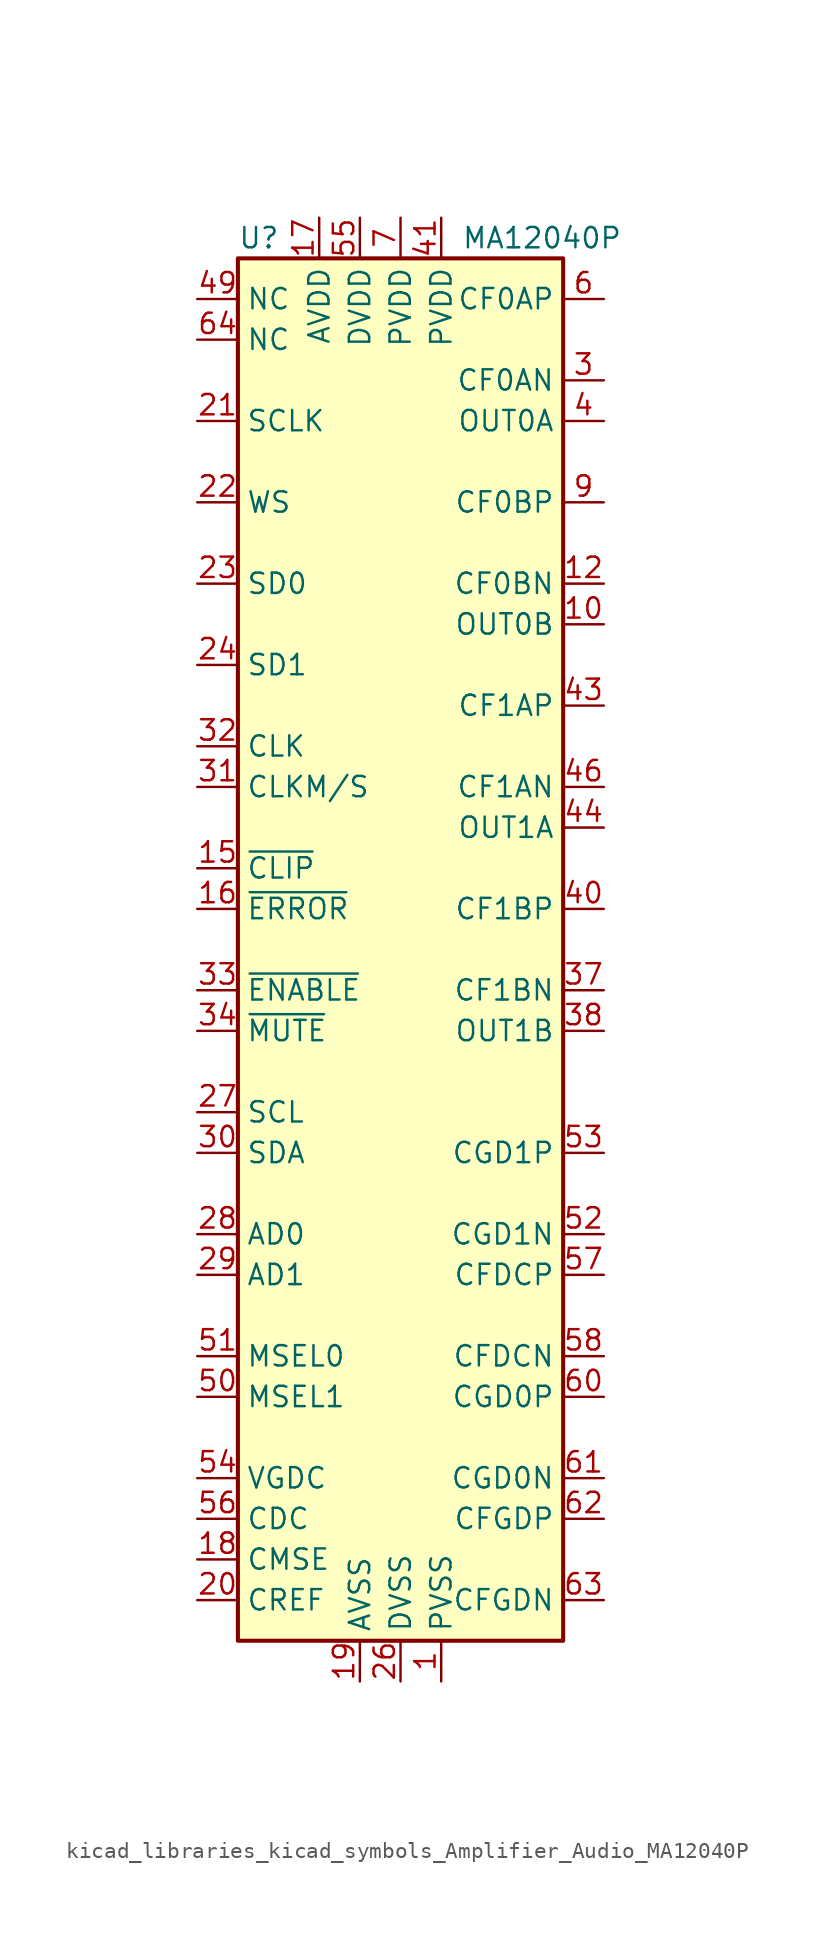
<source format=kicad_sym>
(kicad_symbol_lib
  (version 20220914)
  (generator kicad_symbol_editor)
  (symbol "kicad_libraries_kicad_symbols_Amplifier_Audio_MA12040P"
    (property "Reference" "U"
      (at -10.16 44.45 0)
      (effects (font (size 1.27 1.27)) (justify left)))
    (property "Value" "MA12040P"
      (at 3.81 44.45 0)
      (effects (font (size 1.27 1.27)) (justify left)))
    (symbol "kicad_libraries_kicad_symbols_Amplifier_Audio_MA12040P_0_1"
      (rectangle (start -10.16 -43.18) (end 10.16 43.18) (stroke (width 0.254) (type default)) (fill (type background))))
    (symbol "kicad_libraries_kicad_symbols_Amplifier_Audio_MA12040P_1_1"
      (pin power_in line (at 2.54 -45.72 90) (length 2.54) (name "PVSS" (effects (font (size 1.27 1.27)))) (number "1" (effects (font (size 1.27 1.27)))))
      (pin output line (at 12.7 20.32 180) (length 2.54) (name "OUT0B" (effects (font (size 1.27 1.27)))) (number "10" (effects (font (size 1.27 1.27)))))
      (pin passive line (at 12.7 20.32 180) (length 2.54) hide (name "OUT0B" (effects (font (size 1.27 1.27)))) (number "11" (effects (font (size 1.27 1.27)))))
      (pin passive line (at 12.7 22.86 180) (length 2.54) (name "CF0BN" (effects (font (size 1.27 1.27)))) (number "12" (effects (font (size 1.27 1.27)))))
      (pin passive line (at 2.54 -45.72 90) (length 2.54) hide (name "PVSS" (effects (font (size 1.27 1.27)))) (number "13" (effects (font (size 1.27 1.27)))))
      (pin passive line (at 2.54 -45.72 90) (length 2.54) hide (name "PVSS" (effects (font (size 1.27 1.27)))) (number "14" (effects (font (size 1.27 1.27)))))
      (pin output line (at -12.7 5.08 0) (length 2.54) (name "~{CLIP}" (effects (font (size 1.27 1.27)))) (number "15" (effects (font (size 1.27 1.27)))))
      (pin output line (at -12.7 2.54 0) (length 2.54) (name "~{ERROR}" (effects (font (size 1.27 1.27)))) (number "16" (effects (font (size 1.27 1.27)))))
      (pin power_in line (at -5.08 45.72 270) (length 2.54) (name "AVDD" (effects (font (size 1.27 1.27)))) (number "17" (effects (font (size 1.27 1.27)))))
      (pin passive line (at -12.7 -38.1 0) (length 2.54) (name "CMSE" (effects (font (size 1.27 1.27)))) (number "18" (effects (font (size 1.27 1.27)))))
      (pin power_in line (at -2.54 -45.72 90) (length 2.54) (name "AVSS" (effects (font (size 1.27 1.27)))) (number "19" (effects (font (size 1.27 1.27)))))
      (pin passive line (at 2.54 -45.72 90) (length 2.54) hide (name "PVSS" (effects (font (size 1.27 1.27)))) (number "2" (effects (font (size 1.27 1.27)))))
      (pin passive line (at -12.7 -40.64 0) (length 2.54) (name "CREF" (effects (font (size 1.27 1.27)))) (number "20" (effects (font (size 1.27 1.27)))))
      (pin input line (at -12.7 33.02 0) (length 2.54) (name "SCLK" (effects (font (size 1.27 1.27)))) (number "21" (effects (font (size 1.27 1.27)))))
      (pin input line (at -12.7 27.94 0) (length 2.54) (name "WS" (effects (font (size 1.27 1.27)))) (number "22" (effects (font (size 1.27 1.27)))))
      (pin input line (at -12.7 22.86 0) (length 2.54) (name "SD0" (effects (font (size 1.27 1.27)))) (number "23" (effects (font (size 1.27 1.27)))))
      (pin input line (at -12.7 17.78 0) (length 2.54) (name "SD1" (effects (font (size 1.27 1.27)))) (number "24" (effects (font (size 1.27 1.27)))))
      (pin passive line (at -2.54 -45.72 90) (length 2.54) hide (name "AVSS" (effects (font (size 1.27 1.27)))) (number "25" (effects (font (size 1.27 1.27)))))
      (pin power_in line (at 0 -45.72 90) (length 2.54) (name "DVSS" (effects (font (size 1.27 1.27)))) (number "26" (effects (font (size 1.27 1.27)))))
      (pin input line (at -12.7 -10.16 0) (length 2.54) (name "SCL" (effects (font (size 1.27 1.27)))) (number "27" (effects (font (size 1.27 1.27)))))
      (pin input line (at -12.7 -17.78 0) (length 2.54) (name "AD0" (effects (font (size 1.27 1.27)))) (number "28" (effects (font (size 1.27 1.27)))))
      (pin input line (at -12.7 -20.32 0) (length 2.54) (name "AD1" (effects (font (size 1.27 1.27)))) (number "29" (effects (font (size 1.27 1.27)))))
      (pin passive line (at 12.7 35.56 180) (length 2.54) (name "CF0AN" (effects (font (size 1.27 1.27)))) (number "3" (effects (font (size 1.27 1.27)))))
      (pin bidirectional line (at -12.7 -12.7 0) (length 2.54) (name "SDA" (effects (font (size 1.27 1.27)))) (number "30" (effects (font (size 1.27 1.27)))))
      (pin input line (at -12.7 10.16 0) (length 2.54) (name "CLKM/S" (effects (font (size 1.27 1.27)))) (number "31" (effects (font (size 1.27 1.27)))))
      (pin input line (at -12.7 12.7 0) (length 2.54) (name "CLK" (effects (font (size 1.27 1.27)))) (number "32" (effects (font (size 1.27 1.27)))))
      (pin input line (at -12.7 -2.54 0) (length 2.54) (name "~{ENABLE}" (effects (font (size 1.27 1.27)))) (number "33" (effects (font (size 1.27 1.27)))))
      (pin input line (at -12.7 -5.08 0) (length 2.54) (name "~{MUTE}" (effects (font (size 1.27 1.27)))) (number "34" (effects (font (size 1.27 1.27)))))
      (pin passive line (at 2.54 -45.72 90) (length 2.54) hide (name "PVSS" (effects (font (size 1.27 1.27)))) (number "35" (effects (font (size 1.27 1.27)))))
      (pin passive line (at 2.54 -45.72 90) (length 2.54) hide (name "PVSS" (effects (font (size 1.27 1.27)))) (number "36" (effects (font (size 1.27 1.27)))))
      (pin passive line (at 12.7 -2.54 180) (length 2.54) (name "CF1BN" (effects (font (size 1.27 1.27)))) (number "37" (effects (font (size 1.27 1.27)))))
      (pin output line (at 12.7 -5.08 180) (length 2.54) (name "OUT1B" (effects (font (size 1.27 1.27)))) (number "38" (effects (font (size 1.27 1.27)))))
      (pin passive line (at 12.7 -5.08 180) (length 2.54) hide (name "OUT1B" (effects (font (size 1.27 1.27)))) (number "39" (effects (font (size 1.27 1.27)))))
      (pin output line (at 12.7 33.02 180) (length 2.54) (name "OUT0A" (effects (font (size 1.27 1.27)))) (number "4" (effects (font (size 1.27 1.27)))))
      (pin passive line (at 12.7 2.54 180) (length 2.54) (name "CF1BP" (effects (font (size 1.27 1.27)))) (number "40" (effects (font (size 1.27 1.27)))))
      (pin power_in line (at 2.54 45.72 270) (length 2.54) (name "PVDD" (effects (font (size 1.27 1.27)))) (number "41" (effects (font (size 1.27 1.27)))))
      (pin passive line (at 2.54 45.72 270) (length 2.54) hide (name "PVDD" (effects (font (size 1.27 1.27)))) (number "42" (effects (font (size 1.27 1.27)))))
      (pin passive line (at 12.7 15.24 180) (length 2.54) (name "CF1AP" (effects (font (size 1.27 1.27)))) (number "43" (effects (font (size 1.27 1.27)))))
      (pin output line (at 12.7 7.62 180) (length 2.54) (name "OUT1A" (effects (font (size 1.27 1.27)))) (number "44" (effects (font (size 1.27 1.27)))))
      (pin passive line (at 12.7 7.62 180) (length 2.54) hide (name "OUT1A" (effects (font (size 1.27 1.27)))) (number "45" (effects (font (size 1.27 1.27)))))
      (pin passive line (at 12.7 10.16 180) (length 2.54) (name "CF1AN" (effects (font (size 1.27 1.27)))) (number "46" (effects (font (size 1.27 1.27)))))
      (pin passive line (at 2.54 -45.72 90) (length 2.54) hide (name "PVSS" (effects (font (size 1.27 1.27)))) (number "47" (effects (font (size 1.27 1.27)))))
      (pin passive line (at 2.54 -45.72 90) (length 2.54) hide (name "PVSS" (effects (font (size 1.27 1.27)))) (number "48" (effects (font (size 1.27 1.27)))))
      (pin passive line (at -12.7 40.64 0) (length 2.54) (name "NC" (effects (font (size 1.27 1.27)))) (number "49" (effects (font (size 1.27 1.27)))))
      (pin passive line (at 12.7 33.02 180) (length 2.54) hide (name "OUT0A" (effects (font (size 1.27 1.27)))) (number "5" (effects (font (size 1.27 1.27)))))
      (pin input line (at -12.7 -27.94 0) (length 2.54) (name "MSEL1" (effects (font (size 1.27 1.27)))) (number "50" (effects (font (size 1.27 1.27)))))
      (pin input line (at -12.7 -25.4 0) (length 2.54) (name "MSEL0" (effects (font (size 1.27 1.27)))) (number "51" (effects (font (size 1.27 1.27)))))
      (pin passive line (at 12.7 -17.78 180) (length 2.54) (name "CGD1N" (effects (font (size 1.27 1.27)))) (number "52" (effects (font (size 1.27 1.27)))))
      (pin passive line (at 12.7 -12.7 180) (length 2.54) (name "CGD1P" (effects (font (size 1.27 1.27)))) (number "53" (effects (font (size 1.27 1.27)))))
      (pin passive line (at -12.7 -33.02 0) (length 2.54) (name "VGDC" (effects (font (size 1.27 1.27)))) (number "54" (effects (font (size 1.27 1.27)))))
      (pin power_in line (at -2.54 45.72 270) (length 2.54) (name "DVDD" (effects (font (size 1.27 1.27)))) (number "55" (effects (font (size 1.27 1.27)))))
      (pin passive line (at -12.7 -35.56 0) (length 2.54) (name "CDC" (effects (font (size 1.27 1.27)))) (number "56" (effects (font (size 1.27 1.27)))))
      (pin passive line (at 12.7 -20.32 180) (length 2.54) (name "CFDCP" (effects (font (size 1.27 1.27)))) (number "57" (effects (font (size 1.27 1.27)))))
      (pin passive line (at 12.7 -25.4 180) (length 2.54) (name "CFDCN" (effects (font (size 1.27 1.27)))) (number "58" (effects (font (size 1.27 1.27)))))
      (pin passive line (at 0 -45.72 90) (length 2.54) hide (name "DVSS" (effects (font (size 1.27 1.27)))) (number "59" (effects (font (size 1.27 1.27)))))
      (pin passive line (at 12.7 40.64 180) (length 2.54) (name "CF0AP" (effects (font (size 1.27 1.27)))) (number "6" (effects (font (size 1.27 1.27)))))
      (pin passive line (at 12.7 -27.94 180) (length 2.54) (name "CGD0P" (effects (font (size 1.27 1.27)))) (number "60" (effects (font (size 1.27 1.27)))))
      (pin passive line (at 12.7 -33.02 180) (length 2.54) (name "CGD0N" (effects (font (size 1.27 1.27)))) (number "61" (effects (font (size 1.27 1.27)))))
      (pin passive line (at 12.7 -35.56 180) (length 2.54) (name "CFGDP" (effects (font (size 1.27 1.27)))) (number "62" (effects (font (size 1.27 1.27)))))
      (pin passive line (at 12.7 -40.64 180) (length 2.54) (name "CFGDN" (effects (font (size 1.27 1.27)))) (number "63" (effects (font (size 1.27 1.27)))))
      (pin passive line (at -12.7 38.1 0) (length 2.54) (name "NC" (effects (font (size 1.27 1.27)))) (number "64" (effects (font (size 1.27 1.27)))))
      (pin power_in line (at 0 45.72 270) (length 2.54) (name "PVDD" (effects (font (size 1.27 1.27)))) (number "7" (effects (font (size 1.27 1.27)))))
      (pin passive line (at 0 45.72 270) (length 2.54) hide (name "PVDD" (effects (font (size 1.27 1.27)))) (number "8" (effects (font (size 1.27 1.27)))))
      (pin passive line (at 12.7 27.94 180) (length 2.54) (name "CF0BP" (effects (font (size 1.27 1.27)))) (number "9" (effects (font (size 1.27 1.27))))))))
</source>
